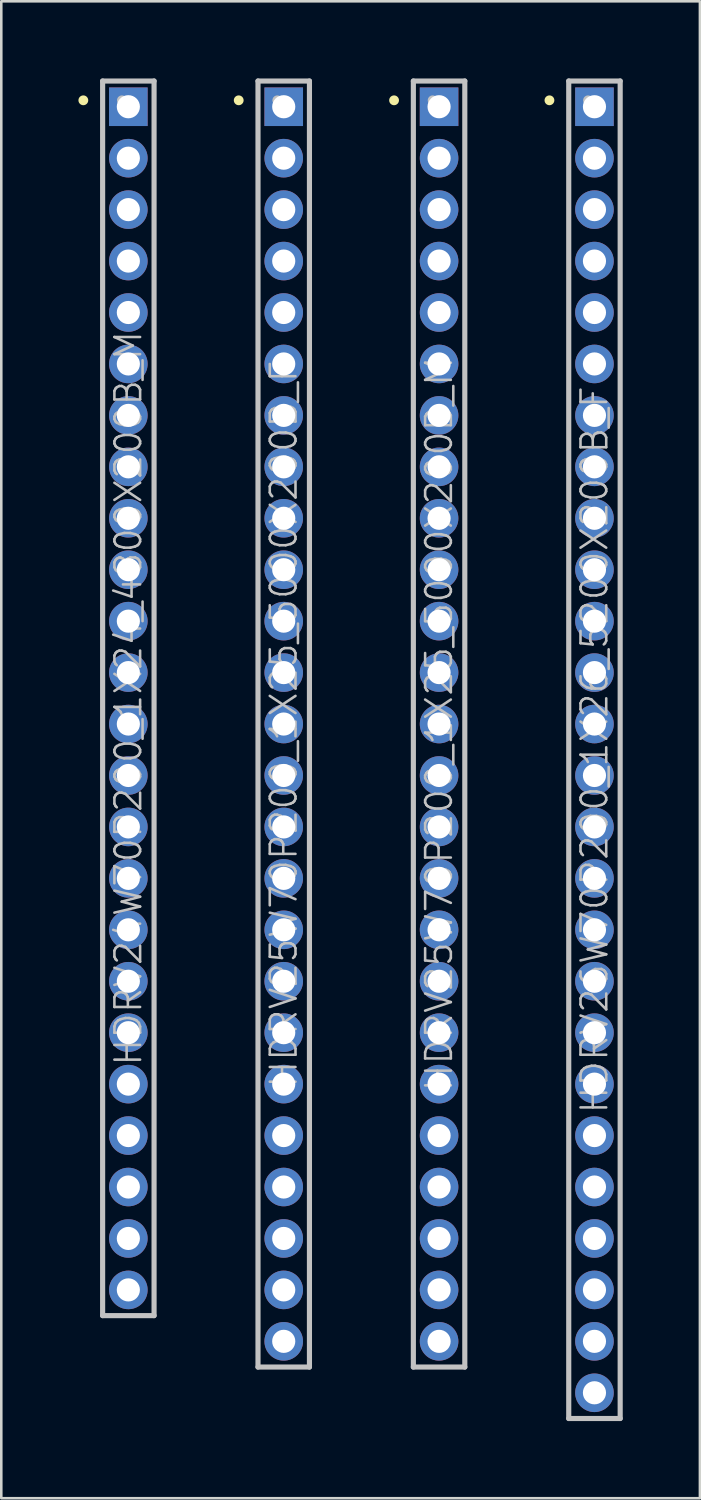
<source format=kicad_pcb>
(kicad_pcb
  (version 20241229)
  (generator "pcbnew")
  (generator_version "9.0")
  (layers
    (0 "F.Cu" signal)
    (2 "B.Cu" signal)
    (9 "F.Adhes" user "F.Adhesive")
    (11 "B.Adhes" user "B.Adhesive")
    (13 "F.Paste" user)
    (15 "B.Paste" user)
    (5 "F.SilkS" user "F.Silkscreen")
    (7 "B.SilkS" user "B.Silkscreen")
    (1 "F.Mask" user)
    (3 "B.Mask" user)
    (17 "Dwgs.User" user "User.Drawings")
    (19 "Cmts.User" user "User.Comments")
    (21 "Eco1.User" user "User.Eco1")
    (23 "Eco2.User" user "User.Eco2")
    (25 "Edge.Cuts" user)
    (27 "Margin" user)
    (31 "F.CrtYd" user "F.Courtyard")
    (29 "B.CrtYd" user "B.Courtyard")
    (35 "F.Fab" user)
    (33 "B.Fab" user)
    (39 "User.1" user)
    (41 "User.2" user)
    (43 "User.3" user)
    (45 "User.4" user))
  (footprint "HDRV26W70P200_1X26_5200X200B_F"
    (layer "F.Cu")
    (at 20.062 26.1)
    (property "Reference" "HDRV26W70P200_1X26_5200X200B_F" (at 0 0 90) (layer "Dwgs.User") (effects (font (size 1 1) (thickness 0.1))))
    (attr through_hole)
    (fp_line (start -1.75 -25.25) (end -1.75 -25.25) (stroke (width 0.381) (type solid)) (layer "F.SilkS"))
    (fp_line (start -1 -26) (end -1 26) (stroke (width 0.2) (type solid)) (layer "Dwgs.User"))
    (fp_line (start -1 -26) (end 1 -26) (stroke (width 0.2) (type solid)) (layer "Dwgs.User"))
    (fp_line (start -1 26) (end 1 26) (stroke (width 0.2) (type solid)) (layer "Dwgs.User"))
    (fp_line (start -0.25 -25.25) (end -0.25 -25.25) (stroke (width 0.381) (type solid)) (layer "Dwgs.User"))
    (fp_line (start 1 -26) (end 1 26) (stroke (width 0.2) (type solid)) (layer "Dwgs.User"))
    (pad "1" thru_hole rect (at 0 -25) (size 1.5 1.5) (drill 0.9) (layers "*.Cu" "*.Mask"))
    (pad "2" thru_hole circle (at 0 -23 270) (size 1.5 1.5) (drill 0.9) (layers "*.Cu" "*.Mask"))
    (pad "3" thru_hole circle (at 0 -21 270) (size 1.5 1.5) (drill 0.9) (layers "*.Cu" "*.Mask"))
    (pad "4" thru_hole circle (at 0 -19 270) (size 1.5 1.5) (drill 0.9) (layers "*.Cu" "*.Mask"))
    (pad "5" thru_hole circle (at 0 -17 270) (size 1.5 1.5) (drill 0.9) (layers "*.Cu" "*.Mask"))
    (pad "6" thru_hole circle (at 0 -15 270) (size 1.5 1.5) (drill 0.9) (layers "*.Cu" "*.Mask"))
    (pad "7" thru_hole circle (at 0 -13 270) (size 1.5 1.5) (drill 0.9) (layers "*.Cu" "*.Mask"))
    (pad "8" thru_hole circle (at 0 -11 270) (size 1.5 1.5) (drill 0.9) (layers "*.Cu" "*.Mask"))
    (pad "9" thru_hole circle (at 0 -9 270) (size 1.5 1.5) (drill 0.9) (layers "*.Cu" "*.Mask"))
    (pad "10" thru_hole circle (at 0 -7 270) (size 1.5 1.5) (drill 0.9) (layers "*.Cu" "*.Mask"))
    (pad "11" thru_hole circle (at 0 -5 270) (size 1.5 1.5) (drill 0.9) (layers "*.Cu" "*.Mask"))
    (pad "12" thru_hole circle (at 0 -3 270) (size 1.5 1.5) (drill 0.9) (layers "*.Cu" "*.Mask"))
    (pad "13" thru_hole circle (at 0 -1 270) (size 1.5 1.5) (drill 0.9) (layers "*.Cu" "*.Mask"))
    (pad "14" thru_hole circle (at 0 1 270) (size 1.5 1.5) (drill 0.9) (layers "*.Cu" "*.Mask"))
    (pad "15" thru_hole circle (at 0 3 270) (size 1.5 1.5) (drill 0.9) (layers "*.Cu" "*.Mask"))
    (pad "16" thru_hole circle (at 0 5 270) (size 1.5 1.5) (drill 0.9) (layers "*.Cu" "*.Mask"))
    (pad "17" thru_hole circle (at 0 7 270) (size 1.5 1.5) (drill 0.9) (layers "*.Cu" "*.Mask"))
    (pad "18" thru_hole circle (at 0 9 270) (size 1.5 1.5) (drill 0.9) (layers "*.Cu" "*.Mask"))
    (pad "19" thru_hole circle (at 0 11 270) (size 1.5 1.5) (drill 0.9) (layers "*.Cu" "*.Mask"))
    (pad "20" thru_hole circle (at 0 13 270) (size 1.5 1.5) (drill 0.9) (layers "*.Cu" "*.Mask"))
    (pad "21" thru_hole circle (at 0 15 270) (size 1.5 1.5) (drill 0.9) (layers "*.Cu" "*.Mask"))
    (pad "22" thru_hole circle (at 0 17 270) (size 1.5 1.5) (drill 0.9) (layers "*.Cu" "*.Mask"))
    (pad "23" thru_hole circle (at 0 19 270) (size 1.5 1.5) (drill 0.9) (layers "*.Cu" "*.Mask"))
    (pad "24" thru_hole circle (at 0 21 270) (size 1.5 1.5) (drill 0.9) (layers "*.Cu" "*.Mask"))
    (pad "25" thru_hole circle (at 0 23 270) (size 1.5 1.5) (drill 0.9) (layers "*.Cu" "*.Mask"))
    (pad "26" thru_hole circle (at 0 25 270) (size 1.5 1.5) (drill 0.9) (layers "*.Cu" "*.Mask")))
  (footprint "HDRV25W70P200_1X25_5000X200B_M"
    (layer "F.Cu")
    (at 14.021 25.1)
    (property "Reference" "HDRV25W70P200_1X25_5000X200B_M" (at 0 0 90) (layer "Dwgs.User") (effects (font (size 1 1) (thickness 0.1))))
    (attr through_hole)
    (fp_line (start -1.75 -24.25) (end -1.75 -24.25) (stroke (width 0.381) (type solid)) (layer "F.SilkS"))
    (fp_line (start -1 -25) (end -1 25) (stroke (width 0.2) (type solid)) (layer "Dwgs.User"))
    (fp_line (start -1 -25) (end 1 -25) (stroke (width 0.2) (type solid)) (layer "Dwgs.User"))
    (fp_line (start -1 25) (end 1 25) (stroke (width 0.2) (type solid)) (layer "Dwgs.User"))
    (fp_line (start -0.25 -24.25) (end -0.25 -24.25) (stroke (width 0.381) (type solid)) (layer "Dwgs.User"))
    (fp_line (start 1 -25) (end 1 25) (stroke (width 0.2) (type solid)) (layer "Dwgs.User"))
    (pad "1" thru_hole rect (at 0 -24) (size 1.5 1.5) (drill 0.9) (layers "*.Cu" "*.Mask"))
    (pad "2" thru_hole circle (at 0 -22 270) (size 1.5 1.5) (drill 0.9) (layers "*.Cu" "*.Mask"))
    (pad "3" thru_hole circle (at 0 -20 270) (size 1.5 1.5) (drill 0.9) (layers "*.Cu" "*.Mask"))
    (pad "4" thru_hole circle (at 0 -18 270) (size 1.5 1.5) (drill 0.9) (layers "*.Cu" "*.Mask"))
    (pad "5" thru_hole circle (at 0 -16 270) (size 1.5 1.5) (drill 0.9) (layers "*.Cu" "*.Mask"))
    (pad "6" thru_hole circle (at 0 -14 270) (size 1.5 1.5) (drill 0.9) (layers "*.Cu" "*.Mask"))
    (pad "7" thru_hole circle (at 0 -12 270) (size 1.5 1.5) (drill 0.9) (layers "*.Cu" "*.Mask"))
    (pad "8" thru_hole circle (at 0 -10 270) (size 1.5 1.5) (drill 0.9) (layers "*.Cu" "*.Mask"))
    (pad "9" thru_hole circle (at 0 -8 270) (size 1.5 1.5) (drill 0.9) (layers "*.Cu" "*.Mask"))
    (pad "10" thru_hole circle (at 0 -6 270) (size 1.5 1.5) (drill 0.9) (layers "*.Cu" "*.Mask"))
    (pad "11" thru_hole circle (at 0 -4 270) (size 1.5 1.5) (drill 0.9) (layers "*.Cu" "*.Mask"))
    (pad "12" thru_hole circle (at 0 -2 270) (size 1.5 1.5) (drill 0.9) (layers "*.Cu" "*.Mask"))
    (pad "13" thru_hole circle (at 0 0 270) (size 1.5 1.5) (drill 0.9) (layers "*.Cu" "*.Mask"))
    (pad "14" thru_hole circle (at 0 2 270) (size 1.5 1.5) (drill 0.9) (layers "*.Cu" "*.Mask"))
    (pad "15" thru_hole circle (at 0 4 270) (size 1.5 1.5) (drill 0.9) (layers "*.Cu" "*.Mask"))
    (pad "16" thru_hole circle (at 0 6 270) (size 1.5 1.5) (drill 0.9) (layers "*.Cu" "*.Mask"))
    (pad "17" thru_hole circle (at 0 8 270) (size 1.5 1.5) (drill 0.9) (layers "*.Cu" "*.Mask"))
    (pad "18" thru_hole circle (at 0 10 270) (size 1.5 1.5) (drill 0.9) (layers "*.Cu" "*.Mask"))
    (pad "19" thru_hole circle (at 0 12 270) (size 1.5 1.5) (drill 0.9) (layers "*.Cu" "*.Mask"))
    (pad "20" thru_hole circle (at 0 14 270) (size 1.5 1.5) (drill 0.9) (layers "*.Cu" "*.Mask"))
    (pad "21" thru_hole circle (at 0 16 270) (size 1.5 1.5) (drill 0.9) (layers "*.Cu" "*.Mask"))
    (pad "22" thru_hole circle (at 0 18 270) (size 1.5 1.5) (drill 0.9) (layers "*.Cu" "*.Mask"))
    (pad "23" thru_hole circle (at 0 20 270) (size 1.5 1.5) (drill 0.9) (layers "*.Cu" "*.Mask"))
    (pad "24" thru_hole circle (at 0 22 270) (size 1.5 1.5) (drill 0.9) (layers "*.Cu" "*.Mask"))
    (pad "25" thru_hole circle (at 0 24 270) (size 1.5 1.5) (drill 0.9) (layers "*.Cu" "*.Mask")))
  (footprint "HDRV24W70P200_1X24_4800X200B_M"
    (layer "F.Cu")
    (at 1.94 24.1)
    (property "Reference" "HDRV24W70P200_1X24_4800X200B_M" (at 0 0 90) (layer "Dwgs.User") (effects (font (size 1 1) (thickness 0.1))))
    (attr through_hole)
    (fp_line (start -1.75 -23.25) (end -1.75 -23.25) (stroke (width 0.381) (type solid)) (layer "F.SilkS"))
    (fp_line (start -1 -24) (end -1 24) (stroke (width 0.2) (type solid)) (layer "Dwgs.User"))
    (fp_line (start -1 -24) (end 1 -24) (stroke (width 0.2) (type solid)) (layer "Dwgs.User"))
    (fp_line (start -1 24) (end 1 24) (stroke (width 0.2) (type solid)) (layer "Dwgs.User"))
    (fp_line (start -0.25 -23.25) (end -0.25 -23.25) (stroke (width 0.381) (type solid)) (layer "Dwgs.User"))
    (fp_line (start 1 -24) (end 1 24) (stroke (width 0.2) (type solid)) (layer "Dwgs.User"))
    (pad "1" thru_hole rect (at 0 -23) (size 1.5 1.5) (drill 0.9) (layers "*.Cu" "*.Mask"))
    (pad "2" thru_hole circle (at 0 -21 270) (size 1.5 1.5) (drill 0.9) (layers "*.Cu" "*.Mask"))
    (pad "3" thru_hole circle (at 0 -19 270) (size 1.5 1.5) (drill 0.9) (layers "*.Cu" "*.Mask"))
    (pad "4" thru_hole circle (at 0 -17 270) (size 1.5 1.5) (drill 0.9) (layers "*.Cu" "*.Mask"))
    (pad "5" thru_hole circle (at 0 -15 270) (size 1.5 1.5) (drill 0.9) (layers "*.Cu" "*.Mask"))
    (pad "6" thru_hole circle (at 0 -13 270) (size 1.5 1.5) (drill 0.9) (layers "*.Cu" "*.Mask"))
    (pad "7" thru_hole circle (at 0 -11 270) (size 1.5 1.5) (drill 0.9) (layers "*.Cu" "*.Mask"))
    (pad "8" thru_hole circle (at 0 -9 270) (size 1.5 1.5) (drill 0.9) (layers "*.Cu" "*.Mask"))
    (pad "9" thru_hole circle (at 0 -7 270) (size 1.5 1.5) (drill 0.9) (layers "*.Cu" "*.Mask"))
    (pad "10" thru_hole circle (at 0 -5 270) (size 1.5 1.5) (drill 0.9) (layers "*.Cu" "*.Mask"))
    (pad "11" thru_hole circle (at 0 -3 270) (size 1.5 1.5) (drill 0.9) (layers "*.Cu" "*.Mask"))
    (pad "12" thru_hole circle (at 0 -1 270) (size 1.5 1.5) (drill 0.9) (layers "*.Cu" "*.Mask"))
    (pad "13" thru_hole circle (at 0 1 270) (size 1.5 1.5) (drill 0.9) (layers "*.Cu" "*.Mask"))
    (pad "14" thru_hole circle (at 0 3 270) (size 1.5 1.5) (drill 0.9) (layers "*.Cu" "*.Mask"))
    (pad "15" thru_hole circle (at 0 5 270) (size 1.5 1.5) (drill 0.9) (layers "*.Cu" "*.Mask"))
    (pad "16" thru_hole circle (at 0 7 270) (size 1.5 1.5) (drill 0.9) (layers "*.Cu" "*.Mask"))
    (pad "17" thru_hole circle (at 0 9 270) (size 1.5 1.5) (drill 0.9) (layers "*.Cu" "*.Mask"))
    (pad "18" thru_hole circle (at 0 11 270) (size 1.5 1.5) (drill 0.9) (layers "*.Cu" "*.Mask"))
    (pad "19" thru_hole circle (at 0 13 270) (size 1.5 1.5) (drill 0.9) (layers "*.Cu" "*.Mask"))
    (pad "20" thru_hole circle (at 0 15 270) (size 1.5 1.5) (drill 0.9) (layers "*.Cu" "*.Mask"))
    (pad "21" thru_hole circle (at 0 17 270) (size 1.5 1.5) (drill 0.9) (layers "*.Cu" "*.Mask"))
    (pad "22" thru_hole circle (at 0 19 270) (size 1.5 1.5) (drill 0.9) (layers "*.Cu" "*.Mask"))
    (pad "23" thru_hole circle (at 0 21 270) (size 1.5 1.5) (drill 0.9) (layers "*.Cu" "*.Mask"))
    (pad "24" thru_hole circle (at 0 23 270) (size 1.5 1.5) (drill 0.9) (layers "*.Cu" "*.Mask")))
  (footprint "HDRV25W70P200_1X25_5000X200B_F"
    (layer "F.Cu")
    (at 7.981 25.1)
    (property "Reference" "HDRV25W70P200_1X25_5000X200B_F" (at 0 0 90) (layer "Dwgs.User") (effects (font (size 1 1) (thickness 0.1))))
    (attr through_hole)
    (fp_line (start -1.75 -24.25) (end -1.75 -24.25) (stroke (width 0.381) (type solid)) (layer "F.SilkS"))
    (fp_line (start -1 -25) (end -1 25) (stroke (width 0.2) (type solid)) (layer "Dwgs.User"))
    (fp_line (start -1 -25) (end 1 -25) (stroke (width 0.2) (type solid)) (layer "Dwgs.User"))
    (fp_line (start -1 25) (end 1 25) (stroke (width 0.2) (type solid)) (layer "Dwgs.User"))
    (fp_line (start -0.25 -24.25) (end -0.25 -24.25) (stroke (width 0.381) (type solid)) (layer "Dwgs.User"))
    (fp_line (start 1 -25) (end 1 25) (stroke (width 0.2) (type solid)) (layer "Dwgs.User"))
    (pad "1" thru_hole rect (at 0 -24) (size 1.5 1.5) (drill 0.9) (layers "*.Cu" "*.Mask"))
    (pad "2" thru_hole circle (at 0 -22 270) (size 1.5 1.5) (drill 0.9) (layers "*.Cu" "*.Mask"))
    (pad "3" thru_hole circle (at 0 -20 270) (size 1.5 1.5) (drill 0.9) (layers "*.Cu" "*.Mask"))
    (pad "4" thru_hole circle (at 0 -18 270) (size 1.5 1.5) (drill 0.9) (layers "*.Cu" "*.Mask"))
    (pad "5" thru_hole circle (at 0 -16 270) (size 1.5 1.5) (drill 0.9) (layers "*.Cu" "*.Mask"))
    (pad "6" thru_hole circle (at 0 -14 270) (size 1.5 1.5) (drill 0.9) (layers "*.Cu" "*.Mask"))
    (pad "7" thru_hole circle (at 0 -12 270) (size 1.5 1.5) (drill 0.9) (layers "*.Cu" "*.Mask"))
    (pad "8" thru_hole circle (at 0 -10 270) (size 1.5 1.5) (drill 0.9) (layers "*.Cu" "*.Mask"))
    (pad "9" thru_hole circle (at 0 -8 270) (size 1.5 1.5) (drill 0.9) (layers "*.Cu" "*.Mask"))
    (pad "10" thru_hole circle (at 0 -6 270) (size 1.5 1.5) (drill 0.9) (layers "*.Cu" "*.Mask"))
    (pad "11" thru_hole circle (at 0 -4 270) (size 1.5 1.5) (drill 0.9) (layers "*.Cu" "*.Mask"))
    (pad "12" thru_hole circle (at 0 -2 270) (size 1.5 1.5) (drill 0.9) (layers "*.Cu" "*.Mask"))
    (pad "13" thru_hole circle (at 0 0 270) (size 1.5 1.5) (drill 0.9) (layers "*.Cu" "*.Mask"))
    (pad "14" thru_hole circle (at 0 2 270) (size 1.5 1.5) (drill 0.9) (layers "*.Cu" "*.Mask"))
    (pad "15" thru_hole circle (at 0 4 270) (size 1.5 1.5) (drill 0.9) (layers "*.Cu" "*.Mask"))
    (pad "16" thru_hole circle (at 0 6 270) (size 1.5 1.5) (drill 0.9) (layers "*.Cu" "*.Mask"))
    (pad "17" thru_hole circle (at 0 8 270) (size 1.5 1.5) (drill 0.9) (layers "*.Cu" "*.Mask"))
    (pad "18" thru_hole circle (at 0 10 270) (size 1.5 1.5) (drill 0.9) (layers "*.Cu" "*.Mask"))
    (pad "19" thru_hole circle (at 0 12 270) (size 1.5 1.5) (drill 0.9) (layers "*.Cu" "*.Mask"))
    (pad "20" thru_hole circle (at 0 14 270) (size 1.5 1.5) (drill 0.9) (layers "*.Cu" "*.Mask"))
    (pad "21" thru_hole circle (at 0 16 270) (size 1.5 1.5) (drill 0.9) (layers "*.Cu" "*.Mask"))
    (pad "22" thru_hole circle (at 0 18 270) (size 1.5 1.5) (drill 0.9) (layers "*.Cu" "*.Mask"))
    (pad "23" thru_hole circle (at 0 20 270) (size 1.5 1.5) (drill 0.9) (layers "*.Cu" "*.Mask"))
    (pad "24" thru_hole circle (at 0 22 270) (size 1.5 1.5) (drill 0.9) (layers "*.Cu" "*.Mask"))
    (pad "25" thru_hole circle (at 0 24 270) (size 1.5 1.5) (drill 0.9) (layers "*.Cu" "*.Mask")))
  (gr_rect
    (start -3 -3)
    (end 24.162 55.2)
    (stroke (width 0.1) (type default))
    (fill no)
    (layer "Edge.Cuts")))
</source>
